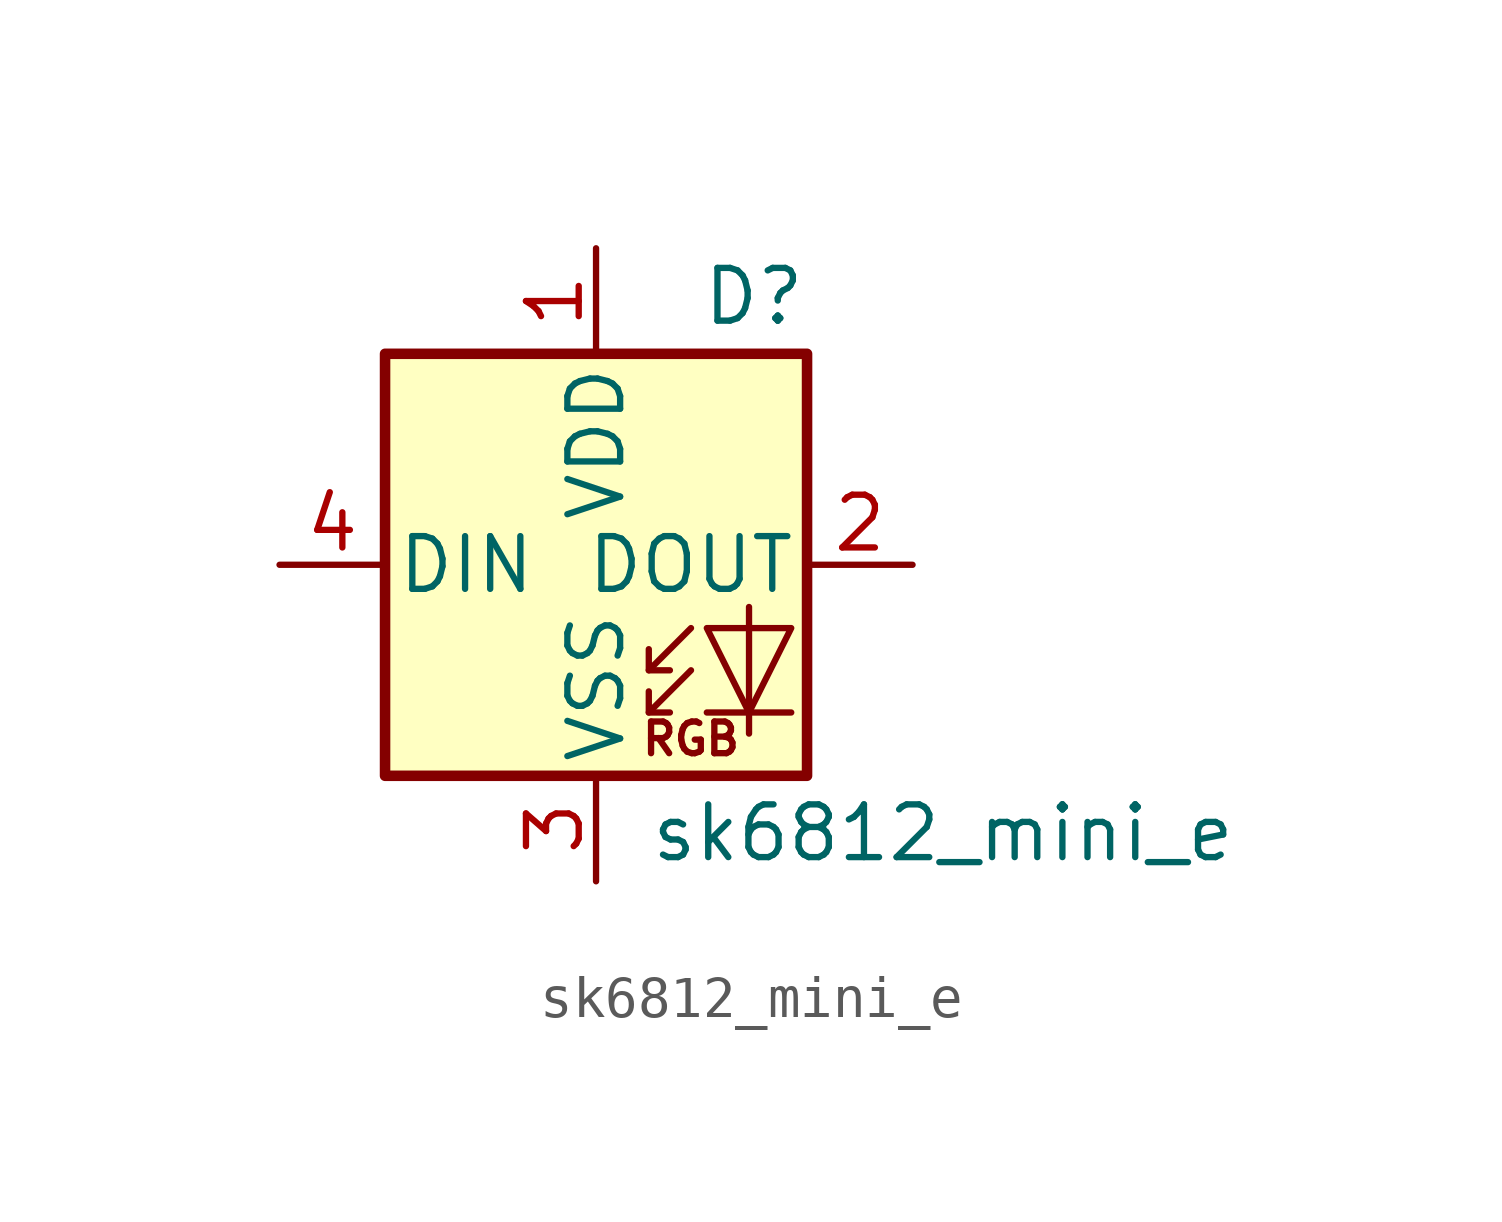
<source format=kicad_sym>
(kicad_symbol_lib
  (version 20231120)
  (generator "kicad_symbol_editor")
  (generator_version "8.0")
  (symbol "sk6812_mini_e"
    (pin_names
      (offset 0.254))
    (property "Reference" "D"
      (at 5.08 5.715 0)
      (effects (font (size 1.27 1.27)) (justify right bottom)))
    (property "Value" "sk6812_mini_e"
      (at 1.27 -5.715 0)
      (effects (font (size 1.27 1.27)) (justify left top)))
    (symbol "sk6812_mini_e_0_0"
      (text "RGB" (at 2.286 -4.191 0) (effects (font (size 0.762 0.762)))))
    (symbol "sk6812_mini_e_0_1"
      (polyline (pts (xy 1.27 -3.556) (xy 1.778 -3.556)) (stroke (width 0) (type default)) (fill (type none)))
      (polyline (pts (xy 1.27 -2.54) (xy 1.778 -2.54)) (stroke (width 0) (type default)) (fill (type none)))
      (polyline (pts (xy 4.699 -3.556) (xy 2.667 -3.556)) (stroke (width 0) (type default)) (fill (type none)))
      (polyline (pts (xy 2.286 -2.54) (xy 1.27 -3.556) (xy 1.27 -3.048)) (stroke (width 0) (type default)) (fill (type none)))
      (polyline (pts (xy 2.286 -1.524) (xy 1.27 -2.54) (xy 1.27 -2.032)) (stroke (width 0) (type default)) (fill (type none)))
      (polyline (pts (xy 3.683 -1.016) (xy 3.683 -3.556) (xy 3.683 -4.064)) (stroke (width 0) (type default)) (fill (type none)))
      (polyline (pts (xy 4.699 -1.524) (xy 2.667 -1.524) (xy 3.683 -3.556) (xy 4.699 -1.524)) (stroke (width 0) (type default)) (fill (type none)))
      (rectangle (start 5.08 5.08) (end -5.08 -5.08) (stroke (width 0.254) (type default)) (fill (type background))))
    (symbol "sk6812_mini_e_1_1"
      (pin power_in line (at 0 7.62 270) (length 2.54) (name "VDD" (effects (font (size 1.27 1.27)))) (number "1" (effects (font (size 1.27 1.27)))))
      (pin output line (at 7.62 0 180) (length 2.54) (name "DOUT" (effects (font (size 1.27 1.27)))) (number "2" (effects (font (size 1.27 1.27)))))
      (pin power_in line (at 0 -7.62 90) (length 2.54) (name "VSS" (effects (font (size 1.27 1.27)))) (number "3" (effects (font (size 1.27 1.27)))))
      (pin input line (at -7.62 0 0) (length 2.54) (name "DIN" (effects (font (size 1.27 1.27)))) (number "4" (effects (font (size 1.27 1.27))))))))
</source>
